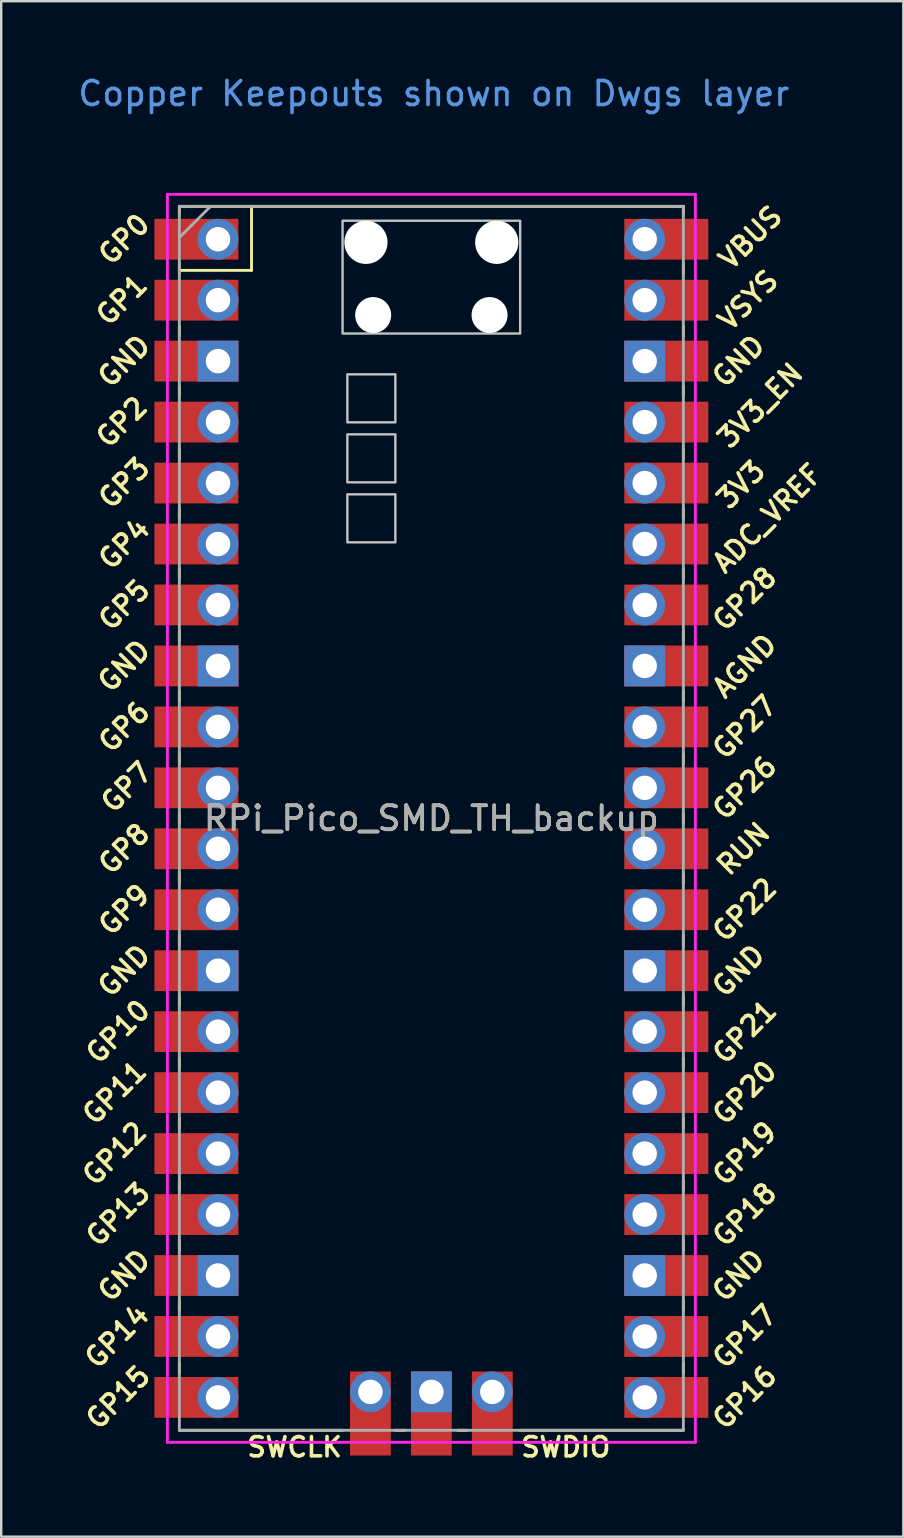
<source format=kicad_pcb>
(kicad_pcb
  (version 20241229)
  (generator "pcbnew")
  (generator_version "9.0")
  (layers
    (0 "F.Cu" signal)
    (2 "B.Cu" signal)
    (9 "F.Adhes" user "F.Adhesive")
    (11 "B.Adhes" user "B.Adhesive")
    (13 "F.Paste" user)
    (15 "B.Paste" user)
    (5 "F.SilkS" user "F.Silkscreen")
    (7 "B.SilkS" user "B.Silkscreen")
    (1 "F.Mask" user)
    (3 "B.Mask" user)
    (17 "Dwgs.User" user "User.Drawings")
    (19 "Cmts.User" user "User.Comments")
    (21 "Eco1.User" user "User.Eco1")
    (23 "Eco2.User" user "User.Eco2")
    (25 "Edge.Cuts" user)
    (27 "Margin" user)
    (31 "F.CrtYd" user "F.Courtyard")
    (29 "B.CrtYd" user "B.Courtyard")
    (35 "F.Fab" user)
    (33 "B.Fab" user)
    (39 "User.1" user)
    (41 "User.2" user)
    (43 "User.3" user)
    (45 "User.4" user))
  (footprint "RPi_Pico_SMD_TH_backup"
    (layer "F.Cu")
    (at 14.924 31.048)
    (property "Reference" "RPi_Pico_SMD_TH_backup" (at 0 0 0) (layer "F.SilkS") (effects (font (size 1 1) (thickness 0.15))))
    (attr through_hole)
    (fp_line (start -10.5 -25.5) (end -10.5 -25.2) (stroke (width 0.12) (type solid)) (layer "F.SilkS"))
    (fp_line (start -10.5 -25.5) (end 10.5 -25.5) (stroke (width 0.12) (type solid)) (layer "F.SilkS"))
    (fp_line (start -10.5 -23.1) (end -10.5 -22.7) (stroke (width 0.12) (type solid)) (layer "F.SilkS"))
    (fp_line (start -10.5 -22.833) (end -7.493 -22.833) (stroke (width 0.12) (type solid)) (layer "F.SilkS"))
    (fp_line (start -10.5 -20.5) (end -10.5 -20.1) (stroke (width 0.12) (type solid)) (layer "F.SilkS"))
    (fp_line (start -10.5 -18) (end -10.5 -17.6) (stroke (width 0.12) (type solid)) (layer "F.SilkS"))
    (fp_line (start -10.5 -15.4) (end -10.5 -15) (stroke (width 0.12) (type solid)) (layer "F.SilkS"))
    (fp_line (start -10.5 -12.9) (end -10.5 -12.5) (stroke (width 0.12) (type solid)) (layer "F.SilkS"))
    (fp_line (start -10.5 -10.4) (end -10.5 -10) (stroke (width 0.12) (type solid)) (layer "F.SilkS"))
    (fp_line (start -10.5 -7.8) (end -10.5 -7.4) (stroke (width 0.12) (type solid)) (layer "F.SilkS"))
    (fp_line (start -10.5 -5.3) (end -10.5 -4.9) (stroke (width 0.12) (type solid)) (layer "F.SilkS"))
    (fp_line (start -10.5 -2.7) (end -10.5 -2.3) (stroke (width 0.12) (type solid)) (layer "F.SilkS"))
    (fp_line (start -10.5 -0.2) (end -10.5 0.2) (stroke (width 0.12) (type solid)) (layer "F.SilkS"))
    (fp_line (start -10.5 2.3) (end -10.5 2.7) (stroke (width 0.12) (type solid)) (layer "F.SilkS"))
    (fp_line (start -10.5 4.9) (end -10.5 5.3) (stroke (width 0.12) (type solid)) (layer "F.SilkS"))
    (fp_line (start -10.5 7.4) (end -10.5 7.8) (stroke (width 0.12) (type solid)) (layer "F.SilkS"))
    (fp_line (start -10.5 10) (end -10.5 10.4) (stroke (width 0.12) (type solid)) (layer "F.SilkS"))
    (fp_line (start -10.5 12.5) (end -10.5 12.9) (stroke (width 0.12) (type solid)) (layer "F.SilkS"))
    (fp_line (start -10.5 15.1) (end -10.5 15.5) (stroke (width 0.12) (type solid)) (layer "F.SilkS"))
    (fp_line (start -10.5 17.6) (end -10.5 18) (stroke (width 0.12) (type solid)) (layer "F.SilkS"))
    (fp_line (start -10.5 20.1) (end -10.5 20.5) (stroke (width 0.12) (type solid)) (layer "F.SilkS"))
    (fp_line (start -10.5 22.7) (end -10.5 23.1) (stroke (width 0.12) (type solid)) (layer "F.SilkS"))
    (fp_line (start -7.493 -22.833) (end -7.493 -25.5) (stroke (width 0.12) (type solid)) (layer "F.SilkS"))
    (fp_line (start -3.7 25.5) (end -10.5 25.5) (stroke (width 0.12) (type solid)) (layer "F.SilkS"))
    (fp_line (start -1.5 25.5) (end -1.1 25.5) (stroke (width 0.12) (type solid)) (layer "F.SilkS"))
    (fp_line (start 1.1 25.5) (end 1.5 25.5) (stroke (width 0.12) (type solid)) (layer "F.SilkS"))
    (fp_line (start 10.5 -25.5) (end 10.5 -25.2) (stroke (width 0.12) (type solid)) (layer "F.SilkS"))
    (fp_line (start 10.5 -23.1) (end 10.5 -22.7) (stroke (width 0.12) (type solid)) (layer "F.SilkS"))
    (fp_line (start 10.5 -20.5) (end 10.5 -20.1) (stroke (width 0.12) (type solid)) (layer "F.SilkS"))
    (fp_line (start 10.5 -18) (end 10.5 -17.6) (stroke (width 0.12) (type solid)) (layer "F.SilkS"))
    (fp_line (start 10.5 -15.4) (end 10.5 -15) (stroke (width 0.12) (type solid)) (layer "F.SilkS"))
    (fp_line (start 10.5 -12.9) (end 10.5 -12.5) (stroke (width 0.12) (type solid)) (layer "F.SilkS"))
    (fp_line (start 10.5 -10.4) (end 10.5 -10) (stroke (width 0.12) (type solid)) (layer "F.SilkS"))
    (fp_line (start 10.5 -7.8) (end 10.5 -7.4) (stroke (width 0.12) (type solid)) (layer "F.SilkS"))
    (fp_line (start 10.5 -5.3) (end 10.5 -4.9) (stroke (width 0.12) (type solid)) (layer "F.SilkS"))
    (fp_line (start 10.5 -2.7) (end 10.5 -2.3) (stroke (width 0.12) (type solid)) (layer "F.SilkS"))
    (fp_line (start 10.5 -0.2) (end 10.5 0.2) (stroke (width 0.12) (type solid)) (layer "F.SilkS"))
    (fp_line (start 10.5 2.3) (end 10.5 2.7) (stroke (width 0.12) (type solid)) (layer "F.SilkS"))
    (fp_line (start 10.5 4.9) (end 10.5 5.3) (stroke (width 0.12) (type solid)) (layer "F.SilkS"))
    (fp_line (start 10.5 7.4) (end 10.5 7.8) (stroke (width 0.12) (type solid)) (layer "F.SilkS"))
    (fp_line (start 10.5 10) (end 10.5 10.4) (stroke (width 0.12) (type solid)) (layer "F.SilkS"))
    (fp_line (start 10.5 12.5) (end 10.5 12.9) (stroke (width 0.12) (type solid)) (layer "F.SilkS"))
    (fp_line (start 10.5 15.1) (end 10.5 15.5) (stroke (width 0.12) (type solid)) (layer "F.SilkS"))
    (fp_line (start 10.5 17.6) (end 10.5 18) (stroke (width 0.12) (type solid)) (layer "F.SilkS"))
    (fp_line (start 10.5 20.1) (end 10.5 20.5) (stroke (width 0.12) (type solid)) (layer "F.SilkS"))
    (fp_line (start 10.5 22.7) (end 10.5 23.1) (stroke (width 0.12) (type solid)) (layer "F.SilkS"))
    (fp_line (start 10.5 25.5) (end 3.7 25.5) (stroke (width 0.12) (type solid)) (layer "F.SilkS"))
    (fp_poly (pts (xy -1.5 -16.5) (xy -3.5 -16.5) (xy -3.5 -18.5) (xy -1.5 -18.5)) (stroke (width 0.1) (type solid)) (fill no) (layer "Dwgs.User"))
    (fp_poly (pts (xy -1.5 -14) (xy -3.5 -14) (xy -3.5 -16) (xy -1.5 -16)) (stroke (width 0.1) (type solid)) (fill no) (layer "Dwgs.User"))
    (fp_poly (pts (xy -1.5 -11.5) (xy -3.5 -11.5) (xy -3.5 -13.5) (xy -1.5 -13.5)) (stroke (width 0.1) (type solid)) (fill no) (layer "Dwgs.User"))
    (fp_poly (pts (xy 3.7 -20.2) (xy -3.7 -20.2) (xy -3.7 -24.9) (xy 3.7 -24.9)) (stroke (width 0.1) (type solid)) (fill no) (layer "Dwgs.User"))
    (fp_line (start -11 -26) (end 11 -26) (stroke (width 0.12) (type solid)) (layer "F.CrtYd"))
    (fp_line (start -11 26) (end -11 -26) (stroke (width 0.12) (type solid)) (layer "F.CrtYd"))
    (fp_line (start 11 -26) (end 11 26) (stroke (width 0.12) (type solid)) (layer "F.CrtYd"))
    (fp_line (start 11 26) (end -11 26) (stroke (width 0.12) (type solid)) (layer "F.CrtYd"))
    (fp_line (start -10.5 -25.5) (end 10.5 -25.5) (stroke (width 0.12) (type solid)) (layer "F.Fab"))
    (fp_line (start -10.5 -24.2) (end -9.2 -25.5) (stroke (width 0.12) (type solid)) (layer "F.Fab"))
    (fp_line (start -10.5 25.5) (end -10.5 -25.5) (stroke (width 0.12) (type solid)) (layer "F.Fab"))
    (fp_line (start 10.5 -25.5) (end 10.5 25.5) (stroke (width 0.12) (type solid)) (layer "F.Fab"))
    (fp_line (start 10.5 25.5) (end -10.5 25.5) (stroke (width 0.12) (type solid)) (layer "F.Fab"))
    (fp_text user "GP6" (at -12.8 -3.81 45) (layer "F.SilkS") (effects (font (size 0.8 0.8) (thickness 0.15))))
    (fp_text user "AGND" (at 13.054 -6.35 45) (layer "F.SilkS") (effects (font (size 0.8 0.8) (thickness 0.15))))
    (fp_text user "GND" (at 12.8 19.05 45) (layer "F.SilkS") (effects (font (size 0.8 0.8) (thickness 0.15))))
    (fp_text user "GP0" (at -12.8 -24.13 45) (layer "F.SilkS") (effects (font (size 0.8 0.8) (thickness 0.15))))
    (fp_text user "GP12" (at -13.2 13.97 45) (layer "F.SilkS") (effects (font (size 0.8 0.8) (thickness 0.15))))
    (fp_text user "3V3_EN" (at 13.7 -17.2 45) (layer "F.SilkS") (effects (font (size 0.8 0.8) (thickness 0.15))))
    (fp_text user "GP22" (at 13.054 3.81 45) (layer "F.SilkS") (effects (font (size 0.8 0.8) (thickness 0.15))))
    (fp_text user "GP4" (at -12.8 -11.43 45) (layer "F.SilkS") (effects (font (size 0.8 0.8) (thickness 0.15))))
    (fp_text user "RUN" (at 13 1.27 45) (layer "F.SilkS") (effects (font (size 0.8 0.8) (thickness 0.15))))
    (fp_text user "GP26" (at 13.054 -1.27 45) (layer "F.SilkS") (effects (font (size 0.8 0.8) (thickness 0.15))))
    (fp_text user "GP27" (at 13.054 -3.8 45) (layer "F.SilkS") (effects (font (size 0.8 0.8) (thickness 0.15))))
    (fp_text user "GP3" (at -12.8 -13.97 45) (layer "F.SilkS") (effects (font (size 0.8 0.8) (thickness 0.15))))
    (fp_text user "GND" (at -12.8 6.35 45) (layer "F.SilkS") (effects (font (size 0.8 0.8) (thickness 0.15))))
    (fp_text user "GP8" (at -12.8 1.27 45) (layer "F.SilkS") (effects (font (size 0.8 0.8) (thickness 0.15))))
    (fp_text user "GP28" (at 13.054 -9.144 45) (layer "F.SilkS") (effects (font (size 0.8 0.8) (thickness 0.15))))
    (fp_text user "GP10" (at -13.054 8.89 45) (layer "F.SilkS") (effects (font (size 0.8 0.8) (thickness 0.15))))
    (fp_text user "GND" (at 12.8 -19.05 45) (layer "F.SilkS") (effects (font (size 0.8 0.8) (thickness 0.15))))
    (fp_text user "3V3" (at 12.9 -13.9 45) (layer "F.SilkS") (effects (font (size 0.8 0.8) (thickness 0.15))))
    (fp_text user "VSYS" (at 13.2 -21.59 45) (layer "F.SilkS") (effects (font (size 0.8 0.8) (thickness 0.15))))
    (fp_text user "GP18" (at 13.054 16.51 45) (layer "F.SilkS") (effects (font (size 0.8 0.8) (thickness 0.15))))
    (fp_text user "GND" (at 12.8 6.35 45) (layer "F.SilkS") (effects (font (size 0.8 0.8) (thickness 0.15))))
    (fp_text user "GP7" (at -12.7 -1.3 45) (layer "F.SilkS") (effects (font (size 0.8 0.8) (thickness 0.15))))
    (fp_text user "GP16" (at 13.054 24.13 45) (layer "F.SilkS") (effects (font (size 0.8 0.8) (thickness 0.15))))
    (fp_text user "GP5" (at -12.8 -8.89 45) (layer "F.SilkS") (effects (font (size 0.8 0.8) (thickness 0.15))))
    (fp_text user "GP9" (at -12.8 3.81 45) (layer "F.SilkS") (effects (font (size 0.8 0.8) (thickness 0.15))))
    (fp_text user "SWCLK" (at -5.7 26.2 0) (layer "F.SilkS") (effects (font (size 0.8 0.8) (thickness 0.15))))
    (fp_text user "SWDIO" (at 5.6 26.2 0) (layer "F.SilkS") (effects (font (size 0.8 0.8) (thickness 0.15))))
    (fp_text user "GP19" (at 13.054 13.97 45) (layer "F.SilkS") (effects (font (size 0.8 0.8) (thickness 0.15))))
    (fp_text user "GP11" (at -13.2 11.43 45) (layer "F.SilkS") (effects (font (size 0.8 0.8) (thickness 0.15))))
    (fp_text user "GND" (at -12.8 19.05 45) (layer "F.SilkS") (effects (font (size 0.8 0.8) (thickness 0.15))))
    (fp_text user "GP17" (at 13.054 21.59 45) (layer "F.SilkS") (effects (font (size 0.8 0.8) (thickness 0.15))))
    (fp_text user "GND" (at -12.8 -6.35 45) (layer "F.SilkS") (effects (font (size 0.8 0.8) (thickness 0.15))))
    (fp_text user "GP13" (at -13.054 16.51 45) (layer "F.SilkS") (effects (font (size 0.8 0.8) (thickness 0.15))))
    (fp_text user "GP1" (at -12.9 -21.6 45) (layer "F.SilkS") (effects (font (size 0.8 0.8) (thickness 0.15))))
    (fp_text user "VBUS" (at 13.3 -24.2 45) (layer "F.SilkS") (effects (font (size 0.8 0.8) (thickness 0.15))))
    (fp_text user "GP15" (at -13.054 24.13 45) (layer "F.SilkS") (effects (font (size 0.8 0.8) (thickness 0.15))))
    (fp_text user "GND" (at -12.8 -19.05 45) (layer "F.SilkS") (effects (font (size 0.8 0.8) (thickness 0.15))))
    (fp_text user "ADC_VREF" (at 14 -12.5 45) (layer "F.SilkS") (effects (font (size 0.8 0.8) (thickness 0.15))))
    (fp_text user "GP14" (at -13.1 21.59 45) (layer "F.SilkS") (effects (font (size 0.8 0.8) (thickness 0.15))))
    (fp_text user "GP21" (at 13.054 8.9 45) (layer "F.SilkS") (effects (font (size 0.8 0.8) (thickness 0.15))))
    (fp_text user "GP2" (at -12.9 -16.51 45) (layer "F.SilkS") (effects (font (size 0.8 0.8) (thickness 0.15))))
    (fp_text user "GP20" (at 13.054 11.43 45) (layer "F.SilkS") (effects (font (size 0.8 0.8) (thickness 0.15))))
    (fp_text user "Copper Keepouts shown on Dwgs layer" (at 0.1 -30.2 0) (layer "Cmts.User") (effects (font (size 1 1) (thickness 0.15))))
    (fp_text user "${REFERENCE}" (at 0 0 180) (layer "F.Fab") (effects (font (size 1 1) (thickness 0.15))))
    (pad "" np_thru_hole oval (at -2.725 -24) (size 1.8 1.8) (drill 1.8) (layers "*.Cu" "*.Mask"))
    (pad "" np_thru_hole oval (at -2.425 -20.97) (size 1.5 1.5) (drill 1.5) (layers "*.Cu" "*.Mask"))
    (pad "" np_thru_hole oval (at 2.425 -20.97) (size 1.5 1.5) (drill 1.5) (layers "*.Cu" "*.Mask"))
    (pad "" np_thru_hole oval (at 2.725 -24) (size 1.8 1.8) (drill 1.8) (layers "*.Cu" "*.Mask"))
    (pad "1" thru_hole oval (at -8.89 -24.13) (size 1.7 1.7) (drill 1.02) (layers "*.Cu" "*.Mask"))
    (pad "1" smd rect (at -8.89 -24.13) (size 3.5 1.7) (drill (offset -0.9 0)) (layers "F.Cu" "F.Mask"))
    (pad "2" thru_hole oval (at -8.89 -21.59) (size 1.7 1.7) (drill 1.02) (layers "*.Cu" "*.Mask"))
    (pad "2" smd rect (at -8.89 -21.59) (size 3.5 1.7) (drill (offset -0.9 0)) (layers "F.Cu" "F.Mask"))
    (pad "3" thru_hole rect (at -8.89 -19.05) (size 1.7 1.7) (drill 1.02) (layers "*.Cu" "*.Mask"))
    (pad "3" smd rect (at -8.89 -19.05) (size 3.5 1.7) (drill (offset -0.9 0)) (layers "F.Cu" "F.Mask"))
    (pad "4" thru_hole oval (at -8.89 -16.51) (size 1.7 1.7) (drill 1.02) (layers "*.Cu" "*.Mask"))
    (pad "4" smd rect (at -8.89 -16.51) (size 3.5 1.7) (drill (offset -0.9 0)) (layers "F.Cu" "F.Mask"))
    (pad "5" thru_hole oval (at -8.89 -13.97) (size 1.7 1.7) (drill 1.02) (layers "*.Cu" "*.Mask"))
    (pad "5" smd rect (at -8.89 -13.97) (size 3.5 1.7) (drill (offset -0.9 0)) (layers "F.Cu" "F.Mask"))
    (pad "6" thru_hole oval (at -8.89 -11.43) (size 1.7 1.7) (drill 1.02) (layers "*.Cu" "*.Mask"))
    (pad "6" smd rect (at -8.89 -11.43) (size 3.5 1.7) (drill (offset -0.9 0)) (layers "F.Cu" "F.Mask"))
    (pad "7" thru_hole oval (at -8.89 -8.89) (size 1.7 1.7) (drill 1.02) (layers "*.Cu" "*.Mask"))
    (pad "7" smd rect (at -8.89 -8.89) (size 3.5 1.7) (drill (offset -0.9 0)) (layers "F.Cu" "F.Mask"))
    (pad "8" thru_hole rect (at -8.89 -6.35) (size 1.7 1.7) (drill 1.02) (layers "*.Cu" "*.Mask"))
    (pad "8" smd rect (at -8.89 -6.35) (size 3.5 1.7) (drill (offset -0.9 0)) (layers "F.Cu" "F.Mask"))
    (pad "9" thru_hole oval (at -8.89 -3.81) (size 1.7 1.7) (drill 1.02) (layers "*.Cu" "*.Mask"))
    (pad "9" smd rect (at -8.89 -3.81) (size 3.5 1.7) (drill (offset -0.9 0)) (layers "F.Cu" "F.Mask"))
    (pad "10" thru_hole oval (at -8.89 -1.27) (size 1.7 1.7) (drill 1.02) (layers "*.Cu" "*.Mask"))
    (pad "10" smd rect (at -8.89 -1.27) (size 3.5 1.7) (drill (offset -0.9 0)) (layers "F.Cu" "F.Mask"))
    (pad "11" thru_hole oval (at -8.89 1.27) (size 1.7 1.7) (drill 1.02) (layers "*.Cu" "*.Mask"))
    (pad "11" smd rect (at -8.89 1.27) (size 3.5 1.7) (drill (offset -0.9 0)) (layers "F.Cu" "F.Mask"))
    (pad "12" thru_hole oval (at -8.89 3.81) (size 1.7 1.7) (drill 1.02) (layers "*.Cu" "*.Mask"))
    (pad "12" smd rect (at -8.89 3.81) (size 3.5 1.7) (drill (offset -0.9 0)) (layers "F.Cu" "F.Mask"))
    (pad "13" thru_hole rect (at -8.89 6.35) (size 1.7 1.7) (drill 1.02) (layers "*.Cu" "*.Mask"))
    (pad "13" smd rect (at -8.89 6.35) (size 3.5 1.7) (drill (offset -0.9 0)) (layers "F.Cu" "F.Mask"))
    (pad "14" thru_hole oval (at -8.89 8.89) (size 1.7 1.7) (drill 1.02) (layers "*.Cu" "*.Mask"))
    (pad "14" smd rect (at -8.89 8.89) (size 3.5 1.7) (drill (offset -0.9 0)) (layers "F.Cu" "F.Mask"))
    (pad "15" thru_hole oval (at -8.89 11.43) (size 1.7 1.7) (drill 1.02) (layers "*.Cu" "*.Mask"))
    (pad "15" smd rect (at -8.89 11.43) (size 3.5 1.7) (drill (offset -0.9 0)) (layers "F.Cu" "F.Mask"))
    (pad "16" thru_hole oval (at -8.89 13.97) (size 1.7 1.7) (drill 1.02) (layers "*.Cu" "*.Mask"))
    (pad "16" smd rect (at -8.89 13.97) (size 3.5 1.7) (drill (offset -0.9 0)) (layers "F.Cu" "F.Mask"))
    (pad "17" thru_hole oval (at -8.89 16.51) (size 1.7 1.7) (drill 1.02) (layers "*.Cu" "*.Mask"))
    (pad "17" smd rect (at -8.89 16.51) (size 3.5 1.7) (drill (offset -0.9 0)) (layers "F.Cu" "F.Mask"))
    (pad "18" thru_hole rect (at -8.89 19.05) (size 1.7 1.7) (drill 1.02) (layers "*.Cu" "*.Mask"))
    (pad "18" smd rect (at -8.89 19.05) (size 3.5 1.7) (drill (offset -0.9 0)) (layers "F.Cu" "F.Mask"))
    (pad "19" thru_hole oval (at -8.89 21.59) (size 1.7 1.7) (drill 1.02) (layers "*.Cu" "*.Mask"))
    (pad "19" smd rect (at -8.89 21.59) (size 3.5 1.7) (drill (offset -0.9 0)) (layers "F.Cu" "F.Mask"))
    (pad "20" thru_hole oval (at -8.89 24.13) (size 1.7 1.7) (drill 1.02) (layers "*.Cu" "*.Mask"))
    (pad "20" smd rect (at -8.89 24.13) (size 3.5 1.7) (drill (offset -0.9 0)) (layers "F.Cu" "F.Mask"))
    (pad "21" thru_hole oval (at 8.89 24.13) (size 1.7 1.7) (drill 1.02) (layers "*.Cu" "*.Mask"))
    (pad "21" smd rect (at 8.89 24.13) (size 3.5 1.7) (drill (offset 0.9 0)) (layers "F.Cu" "F.Mask"))
    (pad "22" thru_hole oval (at 8.89 21.59) (size 1.7 1.7) (drill 1.02) (layers "*.Cu" "*.Mask"))
    (pad "22" smd rect (at 8.89 21.59) (size 3.5 1.7) (drill (offset 0.9 0)) (layers "F.Cu" "F.Mask"))
    (pad "23" thru_hole rect (at 8.89 19.05) (size 1.7 1.7) (drill 1.02) (layers "*.Cu" "*.Mask"))
    (pad "23" smd rect (at 8.89 19.05) (size 3.5 1.7) (drill (offset 0.9 0)) (layers "F.Cu" "F.Mask"))
    (pad "24" thru_hole oval (at 8.89 16.51) (size 1.7 1.7) (drill 1.02) (layers "*.Cu" "*.Mask"))
    (pad "24" smd rect (at 8.89 16.51) (size 3.5 1.7) (drill (offset 0.9 0)) (layers "F.Cu" "F.Mask"))
    (pad "25" thru_hole oval (at 8.89 13.97) (size 1.7 1.7) (drill 1.02) (layers "*.Cu" "*.Mask"))
    (pad "25" smd rect (at 8.89 13.97) (size 3.5 1.7) (drill (offset 0.9 0)) (layers "F.Cu" "F.Mask"))
    (pad "26" thru_hole oval (at 8.89 11.43) (size 1.7 1.7) (drill 1.02) (layers "*.Cu" "*.Mask"))
    (pad "26" smd rect (at 8.89 11.43) (size 3.5 1.7) (drill (offset 0.9 0)) (layers "F.Cu" "F.Mask"))
    (pad "27" thru_hole oval (at 8.89 8.89) (size 1.7 1.7) (drill 1.02) (layers "*.Cu" "*.Mask"))
    (pad "27" smd rect (at 8.89 8.89) (size 3.5 1.7) (drill (offset 0.9 0)) (layers "F.Cu" "F.Mask"))
    (pad "28" thru_hole rect (at 8.89 6.35) (size 1.7 1.7) (drill 1.02) (layers "*.Cu" "*.Mask"))
    (pad "28" smd rect (at 8.89 6.35) (size 3.5 1.7) (drill (offset 0.9 0)) (layers "F.Cu" "F.Mask"))
    (pad "29" thru_hole oval (at 8.89 3.81) (size 1.7 1.7) (drill 1.02) (layers "*.Cu" "*.Mask"))
    (pad "29" smd rect (at 8.89 3.81) (size 3.5 1.7) (drill (offset 0.9 0)) (layers "F.Cu" "F.Mask"))
    (pad "30" thru_hole oval (at 8.89 1.27) (size 1.7 1.7) (drill 1.02) (layers "*.Cu" "*.Mask"))
    (pad "30" smd rect (at 8.89 1.27) (size 3.5 1.7) (drill (offset 0.9 0)) (layers "F.Cu" "F.Mask"))
    (pad "31" thru_hole oval (at 8.89 -1.27) (size 1.7 1.7) (drill 1.02) (layers "*.Cu" "*.Mask"))
    (pad "31" smd rect (at 8.89 -1.27) (size 3.5 1.7) (drill (offset 0.9 0)) (layers "F.Cu" "F.Mask"))
    (pad "32" thru_hole oval (at 8.89 -3.81) (size 1.7 1.7) (drill 1.02) (layers "*.Cu" "*.Mask"))
    (pad "32" smd rect (at 8.89 -3.81) (size 3.5 1.7) (drill (offset 0.9 0)) (layers "F.Cu" "F.Mask"))
    (pad "33" thru_hole rect (at 8.89 -6.35) (size 1.7 1.7) (drill 1.02) (layers "*.Cu" "*.Mask"))
    (pad "33" smd rect (at 8.89 -6.35) (size 3.5 1.7) (drill (offset 0.9 0)) (layers "F.Cu" "F.Mask"))
    (pad "34" thru_hole oval (at 8.89 -8.89) (size 1.7 1.7) (drill 1.02) (layers "*.Cu" "*.Mask"))
    (pad "34" smd rect (at 8.89 -8.89) (size 3.5 1.7) (drill (offset 0.9 0)) (layers "F.Cu" "F.Mask"))
    (pad "35" thru_hole oval (at 8.89 -11.43) (size 1.7 1.7) (drill 1.02) (layers "*.Cu" "*.Mask"))
    (pad "35" smd rect (at 8.89 -11.43) (size 3.5 1.7) (drill (offset 0.9 0)) (layers "F.Cu" "F.Mask"))
    (pad "36" thru_hole oval (at 8.89 -13.97) (size 1.7 1.7) (drill 1.02) (layers "*.Cu" "*.Mask"))
    (pad "36" smd rect (at 8.89 -13.97) (size 3.5 1.7) (drill (offset 0.9 0)) (layers "F.Cu" "F.Mask"))
    (pad "37" thru_hole oval (at 8.89 -16.51) (size 1.7 1.7) (drill 1.02) (layers "*.Cu" "*.Mask"))
    (pad "37" smd rect (at 8.89 -16.51) (size 3.5 1.7) (drill (offset 0.9 0)) (layers "F.Cu" "F.Mask"))
    (pad "38" thru_hole rect (at 8.89 -19.05) (size 1.7 1.7) (drill 1.02) (layers "*.Cu" "*.Mask"))
    (pad "38" smd rect (at 8.89 -19.05) (size 3.5 1.7) (drill (offset 0.9 0)) (layers "F.Cu" "F.Mask"))
    (pad "39" thru_hole oval (at 8.89 -21.59) (size 1.7 1.7) (drill 1.02) (layers "*.Cu" "*.Mask"))
    (pad "39" smd rect (at 8.89 -21.59) (size 3.5 1.7) (drill (offset 0.9 0)) (layers "F.Cu" "F.Mask"))
    (pad "40" thru_hole oval (at 8.89 -24.13) (size 1.7 1.7) (drill 1.02) (layers "*.Cu" "*.Mask"))
    (pad "40" smd rect (at 8.89 -24.13) (size 3.5 1.7) (drill (offset 0.9 0)) (layers "F.Cu" "F.Mask"))
    (pad "41" thru_hole oval (at -2.54 23.9) (size 1.7 1.7) (drill 1.02) (layers "*.Cu" "*.Mask"))
    (pad "41" smd rect (at -2.54 23.9 90) (size 3.5 1.7) (drill (offset -0.9 0)) (layers "F.Cu" "F.Mask"))
    (pad "42" thru_hole rect (at 0 23.9) (size 1.7 1.7) (drill 1.02) (layers "*.Cu" "*.Mask"))
    (pad "42" smd rect (at 0 23.9 90) (size 3.5 1.7) (drill (offset -0.9 0)) (layers "F.Cu" "F.Mask"))
    (pad "43" thru_hole oval (at 2.54 23.9) (size 1.7 1.7) (drill 1.02) (layers "*.Cu" "*.Mask"))
    (pad "43" smd rect (at 2.54 23.9 90) (size 3.5 1.7) (drill (offset -0.9 0)) (layers "F.Cu" "F.Mask")))
  (gr_rect
    (start -3 -3)
    (end 34.591 60.98)
    (stroke (width 0.1) (type default))
    (fill no)
    (layer "Edge.Cuts")))
</source>
